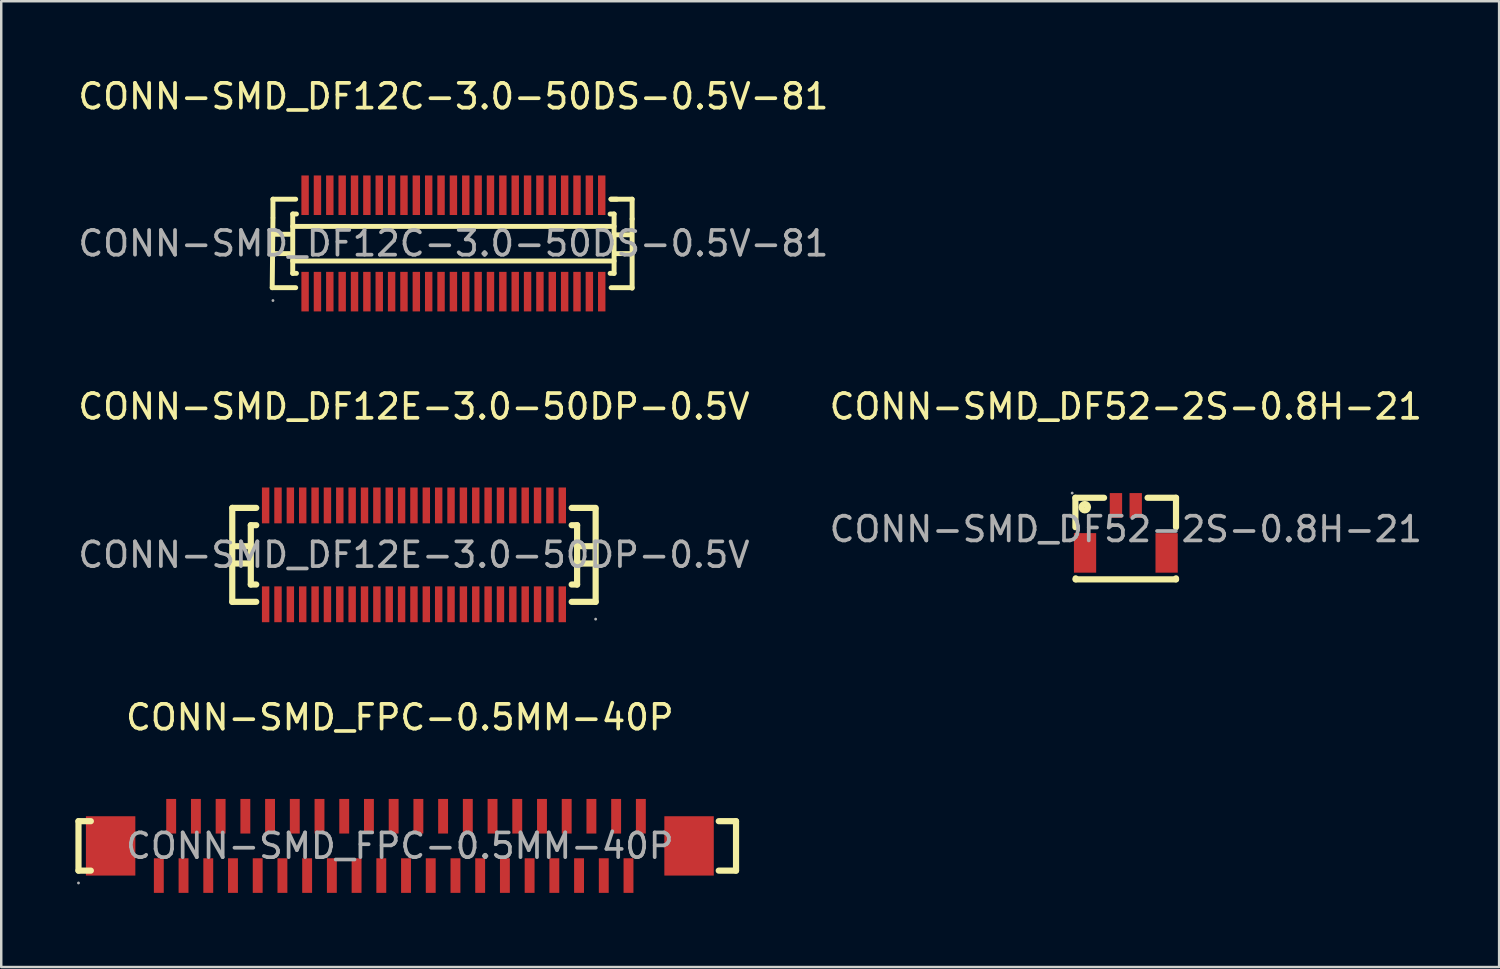
<source format=kicad_pcb>
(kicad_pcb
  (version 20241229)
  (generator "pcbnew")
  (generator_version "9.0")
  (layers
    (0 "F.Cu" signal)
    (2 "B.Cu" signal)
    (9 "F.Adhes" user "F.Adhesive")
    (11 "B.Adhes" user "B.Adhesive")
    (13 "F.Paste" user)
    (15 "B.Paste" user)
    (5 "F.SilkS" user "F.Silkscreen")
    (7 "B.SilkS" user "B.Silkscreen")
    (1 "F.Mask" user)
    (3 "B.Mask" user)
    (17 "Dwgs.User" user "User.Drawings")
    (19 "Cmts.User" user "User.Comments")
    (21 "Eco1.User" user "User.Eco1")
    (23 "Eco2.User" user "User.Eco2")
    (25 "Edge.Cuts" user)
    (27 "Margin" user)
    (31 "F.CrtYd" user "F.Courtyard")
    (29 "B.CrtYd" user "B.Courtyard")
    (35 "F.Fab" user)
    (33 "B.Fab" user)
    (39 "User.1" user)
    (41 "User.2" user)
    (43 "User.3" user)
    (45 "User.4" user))
  (footprint "CONN-SMD_FPC-0.5MM-40P"
    (layer "F.Cu")
    (at 13.125 31.17)
    (property "Reference" "CONN-SMD_FPC-0.5MM-40P" (at 0 -5.2 0) (layer "F.SilkS") (effects (font (size 1 1) (thickness 0.15))))
    (attr through_hole)
    (fp_line (start -13 -1) (end -13 1) (stroke (width 0.25) (type solid)) (layer "F.SilkS"))
    (fp_line (start -13 1) (end -12.5 1) (stroke (width 0.25) (type solid)) (layer "F.SilkS"))
    (fp_line (start -12.5 -1) (end -13 -1) (stroke (width 0.25) (type solid)) (layer "F.SilkS"))
    (fp_line (start 12.9 1) (end 13.6 1) (stroke (width 0.25) (type solid)) (layer "F.SilkS"))
    (fp_line (start 13.6 -1) (end 12.9 -1) (stroke (width 0.25) (type solid)) (layer "F.SilkS"))
    (fp_line (start 13.6 1) (end 13.6 -1) (stroke (width 0.25) (type solid)) (layer "F.SilkS"))
    (fp_circle (center -13 1.5) (end -12.97 1.5) (stroke (width 0.06) (type solid)) (fill no) (layer "F.Fab"))
    (fp_text user "${REFERENCE}" (at 0 0 0) (layer "F.Fab") (effects (font (size 1 1) (thickness 0.15))))
    (pad "1" smd rect (at -9.75 1.2) (size 0.4 1.4) (layers "F.Cu" "F.Mask" "F.Paste"))
    (pad "2" smd rect (at -9.25 -1.2) (size 0.4 1.4) (layers "F.Cu" "F.Mask" "F.Paste"))
    (pad "3" smd rect (at -8.75 1.2) (size 0.4 1.4) (layers "F.Cu" "F.Mask" "F.Paste"))
    (pad "4" smd rect (at -8.25 -1.2) (size 0.4 1.4) (layers "F.Cu" "F.Mask" "F.Paste"))
    (pad "5" smd rect (at -7.75 1.2) (size 0.4 1.4) (layers "F.Cu" "F.Mask" "F.Paste"))
    (pad "6" smd rect (at -7.25 -1.2) (size 0.4 1.4) (layers "F.Cu" "F.Mask" "F.Paste"))
    (pad "7" smd rect (at -6.75 1.2) (size 0.4 1.4) (layers "F.Cu" "F.Mask" "F.Paste"))
    (pad "8" smd rect (at -6.25 -1.2) (size 0.4 1.4) (layers "F.Cu" "F.Mask" "F.Paste"))
    (pad "9" smd rect (at -5.75 1.2) (size 0.4 1.4) (layers "F.Cu" "F.Mask" "F.Paste"))
    (pad "10" smd rect (at -5.25 -1.2) (size 0.4 1.4) (layers "F.Cu" "F.Mask" "F.Paste"))
    (pad "11" smd rect (at -4.75 1.2) (size 0.4 1.4) (layers "F.Cu" "F.Mask" "F.Paste"))
    (pad "12" smd rect (at -4.25 -1.2) (size 0.4 1.4) (layers "F.Cu" "F.Mask" "F.Paste"))
    (pad "13" smd rect (at -3.75 1.2) (size 0.4 1.4) (layers "F.Cu" "F.Mask" "F.Paste"))
    (pad "14" smd rect (at -3.25 -1.2) (size 0.4 1.4) (layers "F.Cu" "F.Mask" "F.Paste"))
    (pad "15" smd rect (at -2.75 1.2) (size 0.4 1.4) (layers "F.Cu" "F.Mask" "F.Paste"))
    (pad "16" smd rect (at -2.25 -1.2) (size 0.4 1.4) (layers "F.Cu" "F.Mask" "F.Paste"))
    (pad "17" smd rect (at -1.75 1.2) (size 0.4 1.4) (layers "F.Cu" "F.Mask" "F.Paste"))
    (pad "18" smd rect (at -1.25 -1.2) (size 0.4 1.4) (layers "F.Cu" "F.Mask" "F.Paste"))
    (pad "19" smd rect (at -0.75 1.2) (size 0.4 1.4) (layers "F.Cu" "F.Mask" "F.Paste"))
    (pad "20" smd rect (at -0.25 -1.2) (size 0.4 1.4) (layers "F.Cu" "F.Mask" "F.Paste"))
    (pad "21" smd rect (at 0.25 1.2) (size 0.4 1.4) (layers "F.Cu" "F.Mask" "F.Paste"))
    (pad "22" smd rect (at 0.75 -1.2) (size 0.4 1.4) (layers "F.Cu" "F.Mask" "F.Paste"))
    (pad "23" smd rect (at 1.25 1.2) (size 0.4 1.4) (layers "F.Cu" "F.Mask" "F.Paste"))
    (pad "24" smd rect (at 1.75 -1.2) (size 0.4 1.4) (layers "F.Cu" "F.Mask" "F.Paste"))
    (pad "25" smd rect (at 2.25 1.2) (size 0.4 1.4) (layers "F.Cu" "F.Mask" "F.Paste"))
    (pad "26" smd rect (at 2.75 -1.2) (size 0.4 1.4) (layers "F.Cu" "F.Mask" "F.Paste"))
    (pad "27" smd rect (at 3.25 1.2) (size 0.4 1.4) (layers "F.Cu" "F.Mask" "F.Paste"))
    (pad "28" smd rect (at 3.75 -1.2) (size 0.4 1.4) (layers "F.Cu" "F.Mask" "F.Paste"))
    (pad "29" smd rect (at 4.25 1.2) (size 0.4 1.4) (layers "F.Cu" "F.Mask" "F.Paste"))
    (pad "30" smd rect (at 4.75 -1.2) (size 0.4 1.4) (layers "F.Cu" "F.Mask" "F.Paste"))
    (pad "31" smd rect (at 5.25 1.2) (size 0.4 1.4) (layers "F.Cu" "F.Mask" "F.Paste"))
    (pad "32" smd rect (at 5.75 -1.2) (size 0.4 1.4) (layers "F.Cu" "F.Mask" "F.Paste"))
    (pad "33" smd rect (at 6.25 1.2) (size 0.4 1.4) (layers "F.Cu" "F.Mask" "F.Paste"))
    (pad "34" smd rect (at 6.75 -1.2) (size 0.4 1.4) (layers "F.Cu" "F.Mask" "F.Paste"))
    (pad "35" smd rect (at 7.25 1.2) (size 0.4 1.4) (layers "F.Cu" "F.Mask" "F.Paste"))
    (pad "36" smd rect (at 7.75 -1.2) (size 0.4 1.4) (layers "F.Cu" "F.Mask" "F.Paste"))
    (pad "37" smd rect (at 8.25 1.2) (size 0.4 1.4) (layers "F.Cu" "F.Mask" "F.Paste"))
    (pad "38" smd rect (at 8.75 -1.2) (size 0.4 1.4) (layers "F.Cu" "F.Mask" "F.Paste"))
    (pad "39" smd rect (at 9.25 1.2) (size 0.4 1.4) (layers "F.Cu" "F.Mask" "F.Paste"))
    (pad "40" smd rect (at 9.75 -1.2) (size 0.4 1.4) (layers "F.Cu" "F.Mask" "F.Paste"))
    (pad "41" smd rect (at 11.7 0) (size 2 2.4) (layers "F.Cu" "F.Mask" "F.Paste"))
    (pad "42" smd rect (at -11.7 0) (size 2 2.4) (layers "F.Cu" "F.Mask" "F.Paste")))
  (footprint "CONN-SMD_DF12C-3.0-50DS-0.5V-81"
    (layer "F.Cu")
    (at 15.292 6.798)
    (property "Reference" "CONN-SMD_DF12C-3.0-50DS-0.5V-81" (at 0 -5.95 0) (layer "F.SilkS") (effects (font (size 1 1) (thickness 0.15))))
    (attr through_hole)
    (fp_line (start -7.33 1.79) (end -7.3 -1.01) (stroke (width 0.2) (type solid)) (layer "F.SilkS"))
    (fp_line (start -7.33 1.79) (end -6.38 1.79) (stroke (width 0.2) (type solid)) (layer "F.SilkS"))
    (fp_line (start -7.3 -1.79) (end -7.3 -1.06) (stroke (width 0.2) (type solid)) (layer "F.SilkS"))
    (fp_line (start -6.63 -0.37) (end -7.22 -0.37) (stroke (width 0.2) (type solid)) (layer "F.SilkS"))
    (fp_line (start -6.63 0.41) (end -7.19 0.41) (stroke (width 0.2) (type solid)) (layer "F.SilkS"))
    (fp_line (start -6.5 -1.19) (end -6.35 -1.19) (stroke (width 0.2) (type solid)) (layer "F.SilkS"))
    (fp_line (start -6.5 -0.69) (end 6.5 -0.69) (stroke (width 0.2) (type solid)) (layer "F.SilkS"))
    (fp_line (start -6.5 0.71) (end 6.5 0.71) (stroke (width 0.2) (type solid)) (layer "F.SilkS"))
    (fp_line (start -6.5 1.21) (end -6.5 -1.19) (stroke (width 0.2) (type solid)) (layer "F.SilkS"))
    (fp_line (start -6.5 1.21) (end -6.35 1.21) (stroke (width 0.2) (type solid)) (layer "F.SilkS"))
    (fp_line (start -6.38 -1.79) (end -7.3 -1.79) (stroke (width 0.2) (type solid)) (layer "F.SilkS"))
    (fp_line (start 6.34 -1.19) (end 6.5 -1.19) (stroke (width 0.2) (type solid)) (layer "F.SilkS"))
    (fp_line (start 6.34 1.21) (end 6.5 1.21) (stroke (width 0.2) (type solid)) (layer "F.SilkS"))
    (fp_line (start 6.37 -1.79) (end 6.61 -1.79) (stroke (width 0.2) (type solid)) (layer "F.SilkS"))
    (fp_line (start 6.38 1.79) (end 7.23 1.79) (stroke (width 0.2) (type solid)) (layer "F.SilkS"))
    (fp_line (start 6.5 -1.19) (end 6.5 1.21) (stroke (width 0.2) (type solid)) (layer "F.SilkS"))
    (fp_line (start 6.57 -0.35) (end 7.14 -0.35) (stroke (width 0.2) (type solid)) (layer "F.SilkS"))
    (fp_line (start 6.57 0.41) (end 7.14 0.41) (stroke (width 0.2) (type solid)) (layer "F.SilkS"))
    (fp_line (start 7.23 -1.79) (end 6.38 -1.79) (stroke (width 0.2) (type solid)) (layer "F.SilkS"))
    (fp_line (start 7.23 -0.99) (end 7.23 -1.79) (stroke (width 0.2) (type solid)) (layer "F.SilkS"))
    (fp_line (start 7.23 1.81) (end 7.23 -0.99) (stroke (width 0.2) (type solid)) (layer "F.SilkS"))
    (fp_circle (center -7.3 2.31) (end -7.27 2.31) (stroke (width 0.06) (type solid)) (fill no) (layer "F.Fab"))
    (fp_text user "${REFERENCE}" (at 0 0 0) (layer "F.Fab") (effects (font (size 1 1) (thickness 0.15))))
    (pad "1" smd rect (at -6 1.95) (size 0.3 1.6) (layers "F.Cu" "F.Mask" "F.Paste"))
    (pad "2" smd rect (at -5.5 1.95) (size 0.3 1.6) (layers "F.Cu" "F.Mask" "F.Paste"))
    (pad "3" smd rect (at -5 1.95) (size 0.3 1.6) (layers "F.Cu" "F.Mask" "F.Paste"))
    (pad "4" smd rect (at -4.5 1.95) (size 0.3 1.6) (layers "F.Cu" "F.Mask" "F.Paste"))
    (pad "5" smd rect (at -4 1.95) (size 0.3 1.6) (layers "F.Cu" "F.Mask" "F.Paste"))
    (pad "6" smd rect (at -3.5 1.95) (size 0.3 1.6) (layers "F.Cu" "F.Mask" "F.Paste"))
    (pad "7" smd rect (at -3 1.95) (size 0.3 1.6) (layers "F.Cu" "F.Mask" "F.Paste"))
    (pad "8" smd rect (at -2.5 1.95) (size 0.3 1.6) (layers "F.Cu" "F.Mask" "F.Paste"))
    (pad "9" smd rect (at -2 1.95) (size 0.3 1.6) (layers "F.Cu" "F.Mask" "F.Paste"))
    (pad "10" smd rect (at -1.5 1.95) (size 0.3 1.6) (layers "F.Cu" "F.Mask" "F.Paste"))
    (pad "11" smd rect (at -1 1.95) (size 0.3 1.6) (layers "F.Cu" "F.Mask" "F.Paste"))
    (pad "12" smd rect (at -0.5 1.95) (size 0.3 1.6) (layers "F.Cu" "F.Mask" "F.Paste"))
    (pad "13" smd rect (at 0 1.95) (size 0.3 1.6) (layers "F.Cu" "F.Mask" "F.Paste"))
    (pad "14" smd rect (at 0.5 1.95) (size 0.3 1.6) (layers "F.Cu" "F.Mask" "F.Paste"))
    (pad "15" smd rect (at 1 1.95) (size 0.3 1.6) (layers "F.Cu" "F.Mask" "F.Paste"))
    (pad "16" smd rect (at 1.5 1.95) (size 0.3 1.6) (layers "F.Cu" "F.Mask" "F.Paste"))
    (pad "17" smd rect (at 2 1.95) (size 0.3 1.6) (layers "F.Cu" "F.Mask" "F.Paste"))
    (pad "18" smd rect (at 2.5 1.95) (size 0.3 1.6) (layers "F.Cu" "F.Mask" "F.Paste"))
    (pad "19" smd rect (at 3 1.95) (size 0.3 1.6) (layers "F.Cu" "F.Mask" "F.Paste"))
    (pad "20" smd rect (at 3.5 1.95) (size 0.3 1.6) (layers "F.Cu" "F.Mask" "F.Paste"))
    (pad "21" smd rect (at 4 1.95) (size 0.3 1.6) (layers "F.Cu" "F.Mask" "F.Paste"))
    (pad "22" smd rect (at 4.5 1.95) (size 0.3 1.6) (layers "F.Cu" "F.Mask" "F.Paste"))
    (pad "23" smd rect (at 5 1.95) (size 0.3 1.6) (layers "F.Cu" "F.Mask" "F.Paste"))
    (pad "24" smd rect (at 5.5 1.95) (size 0.3 1.6) (layers "F.Cu" "F.Mask" "F.Paste"))
    (pad "25" smd rect (at 6 1.95) (size 0.3 1.6) (layers "F.Cu" "F.Mask" "F.Paste"))
    (pad "26" smd rect (at 6 -1.95) (size 0.3 1.6) (layers "F.Cu" "F.Mask" "F.Paste"))
    (pad "27" smd rect (at 5.5 -1.95) (size 0.3 1.6) (layers "F.Cu" "F.Mask" "F.Paste"))
    (pad "28" smd rect (at 5 -1.95) (size 0.3 1.6) (layers "F.Cu" "F.Mask" "F.Paste"))
    (pad "29" smd rect (at 4.5 -1.95) (size 0.3 1.6) (layers "F.Cu" "F.Mask" "F.Paste"))
    (pad "30" smd rect (at 4 -1.95) (size 0.3 1.6) (layers "F.Cu" "F.Mask" "F.Paste"))
    (pad "31" smd rect (at 3.5 -1.95) (size 0.3 1.6) (layers "F.Cu" "F.Mask" "F.Paste"))
    (pad "32" smd rect (at 3 -1.95) (size 0.3 1.6) (layers "F.Cu" "F.Mask" "F.Paste"))
    (pad "33" smd rect (at 2.5 -1.95) (size 0.3 1.6) (layers "F.Cu" "F.Mask" "F.Paste"))
    (pad "34" smd rect (at 2 -1.95) (size 0.3 1.6) (layers "F.Cu" "F.Mask" "F.Paste"))
    (pad "35" smd rect (at 1.5 -1.95) (size 0.3 1.6) (layers "F.Cu" "F.Mask" "F.Paste"))
    (pad "36" smd rect (at 1 -1.95) (size 0.3 1.6) (layers "F.Cu" "F.Mask" "F.Paste"))
    (pad "37" smd rect (at 0.5 -1.95) (size 0.3 1.6) (layers "F.Cu" "F.Mask" "F.Paste"))
    (pad "38" smd rect (at 0 -1.95) (size 0.3 1.6) (layers "F.Cu" "F.Mask" "F.Paste"))
    (pad "39" smd rect (at -0.5 -1.95) (size 0.3 1.6) (layers "F.Cu" "F.Mask" "F.Paste"))
    (pad "40" smd rect (at -1 -1.95) (size 0.3 1.6) (layers "F.Cu" "F.Mask" "F.Paste"))
    (pad "41" smd rect (at -1.5 -1.95) (size 0.3 1.6) (layers "F.Cu" "F.Mask" "F.Paste"))
    (pad "42" smd rect (at -2 -1.95) (size 0.3 1.6) (layers "F.Cu" "F.Mask" "F.Paste"))
    (pad "43" smd rect (at -2.5 -1.95) (size 0.3 1.6) (layers "F.Cu" "F.Mask" "F.Paste"))
    (pad "44" smd rect (at -3 -1.95) (size 0.3 1.6) (layers "F.Cu" "F.Mask" "F.Paste"))
    (pad "45" smd rect (at -3.5 -1.95) (size 0.3 1.6) (layers "F.Cu" "F.Mask" "F.Paste"))
    (pad "46" smd rect (at -4 -1.95) (size 0.3 1.6) (layers "F.Cu" "F.Mask" "F.Paste"))
    (pad "47" smd rect (at -4.5 -1.95) (size 0.3 1.6) (layers "F.Cu" "F.Mask" "F.Paste"))
    (pad "48" smd rect (at -5 -1.95) (size 0.3 1.6) (layers "F.Cu" "F.Mask" "F.Paste"))
    (pad "49" smd rect (at -5.5 -1.95) (size 0.3 1.6) (layers "F.Cu" "F.Mask" "F.Paste"))
    (pad "50" smd rect (at -6 -1.95) (size 0.3 1.6) (layers "F.Cu" "F.Mask" "F.Paste")))
  (footprint "CONN-SMD_DF52-2S-0.8H-21"
    (layer "F.Cu")
    (at 42.494 18.357)
    (property "Reference" "CONN-SMD_DF52-2S-0.8H-21" (at 0 -4.96 0) (layer "F.SilkS") (effects (font (size 1 1) (thickness 0.15))))
    (attr through_hole)
    (fp_line (start -2.04 -1.27) (end -2.04 -0.08) (stroke (width 0.25) (type solid)) (layer "F.SilkS"))
    (fp_line (start -2.03 2.03) (end -2.03 1.99) (stroke (width 0.25) (type solid)) (layer "F.SilkS"))
    (fp_line (start -0.88 -1.27) (end -2.04 -1.27) (stroke (width 0.25) (type solid)) (layer "F.SilkS"))
    (fp_line (start 0.88 -1.27) (end 2.03 -1.27) (stroke (width 0.25) (type solid)) (layer "F.SilkS"))
    (fp_line (start 2.03 -1.27) (end 2.03 -0.08) (stroke (width 0.25) (type solid)) (layer "F.SilkS"))
    (fp_line (start 2.03 1.99) (end 2.03 2.03) (stroke (width 0.25) (type solid)) (layer "F.SilkS"))
    (fp_line (start 2.03 2.03) (end -2.03 2.03) (stroke (width 0.25) (type solid)) (layer "F.SilkS"))
    (fp_circle (center -1.66 -0.89) (end -1.53 -0.89) (stroke (width 0.25) (type solid)) (fill no) (layer "F.SilkS"))
    (fp_circle (center -2.17 -1.46) (end -2.14 -1.46) (stroke (width 0.06) (type solid)) (fill no) (layer "F.Fab"))
    (fp_text user "${REFERENCE}" (at 0 0 0) (layer "F.Fab") (effects (font (size 1 1) (thickness 0.15))))
    (pad "1" smd rect (at -0.4 -0.96) (size 0.5 1) (layers "F.Cu" "F.Mask" "F.Paste"))
    (pad "2" smd rect (at 0.4 -0.96) (size 0.5 1) (layers "F.Cu" "F.Mask" "F.Paste"))
    (pad "3" smd rect (at 1.65 0.96) (size 0.9 1.6) (layers "F.Cu" "F.Mask" "F.Paste"))
    (pad "4" smd rect (at -1.65 0.96) (size 0.9 1.6) (layers "F.Cu" "F.Mask" "F.Paste")))
  (footprint "CONN-SMD_DF12E-3.0-50DP-0.5V"
    (layer "F.Cu")
    (at 13.696 19.396)
    (property "Reference" "CONN-SMD_DF12E-3.0-50DP-0.5V" (at 0 -6 0) (layer "F.SilkS") (effects (font (size 1 1) (thickness 0.15))))
    (attr through_hole)
    (fp_line (start -7.35 -1.9) (end -7.35 1.9) (stroke (width 0.25) (type solid)) (layer "F.SilkS"))
    (fp_line (start -7.35 1.9) (end -6.38 1.9) (stroke (width 0.25) (type solid)) (layer "F.SilkS"))
    (fp_line (start -7.2 -0.35) (end -6.6 -0.35) (stroke (width 0.25) (type solid)) (layer "F.SilkS"))
    (fp_line (start -7.2 0.35) (end -6.75 0.35) (stroke (width 0.25) (type solid)) (layer "F.SilkS"))
    (fp_line (start -6.6 -1.2) (end -6.6 1.2) (stroke (width 0.25) (type solid)) (layer "F.SilkS"))
    (fp_line (start -6.6 -1.2) (end -6.38 -1.2) (stroke (width 0.25) (type solid)) (layer "F.SilkS"))
    (fp_line (start -6.6 1.2) (end -6.38 1.2) (stroke (width 0.25) (type solid)) (layer "F.SilkS"))
    (fp_line (start -6.38 -1.9) (end -7.35 -1.9) (stroke (width 0.25) (type solid)) (layer "F.SilkS"))
    (fp_line (start 6.38 -1.2) (end 6.6 -1.2) (stroke (width 0.25) (type solid)) (layer "F.SilkS"))
    (fp_line (start 6.38 1.2) (end 6.6 1.2) (stroke (width 0.25) (type solid)) (layer "F.SilkS"))
    (fp_line (start 6.38 1.9) (end 7.35 1.9) (stroke (width 0.25) (type solid)) (layer "F.SilkS"))
    (fp_line (start 6.6 -1.2) (end 6.6 1.2) (stroke (width 0.25) (type solid)) (layer "F.SilkS"))
    (fp_line (start 7.2 -0.35) (end 6.75 -0.35) (stroke (width 0.25) (type solid)) (layer "F.SilkS"))
    (fp_line (start 7.2 0.35) (end 6.6 0.35) (stroke (width 0.25) (type solid)) (layer "F.SilkS"))
    (fp_line (start 7.35 -1.9) (end 6.38 -1.9) (stroke (width 0.25) (type solid)) (layer "F.SilkS"))
    (fp_line (start 7.35 1.9) (end 7.35 -1.85) (stroke (width 0.25) (type solid)) (layer "F.SilkS"))
    (fp_circle (center 7.35 2.6) (end 7.38 2.6) (stroke (width 0.06) (type solid)) (fill no) (layer "F.Fab"))
    (fp_text user "${REFERENCE}" (at 0 0 0) (layer "F.Fab") (effects (font (size 1 1) (thickness 0.15))))
    (pad "1" smd rect (at 6 2) (size 0.3 1.45) (layers "F.Cu" "F.Mask" "F.Paste"))
    (pad "2" smd rect (at 5.5 2) (size 0.3 1.45) (layers "F.Cu" "F.Mask" "F.Paste"))
    (pad "3" smd rect (at 5 2) (size 0.3 1.45) (layers "F.Cu" "F.Mask" "F.Paste"))
    (pad "4" smd rect (at 4.5 2) (size 0.3 1.45) (layers "F.Cu" "F.Mask" "F.Paste"))
    (pad "5" smd rect (at 4 2) (size 0.3 1.45) (layers "F.Cu" "F.Mask" "F.Paste"))
    (pad "6" smd rect (at 3.5 2) (size 0.3 1.45) (layers "F.Cu" "F.Mask" "F.Paste"))
    (pad "7" smd rect (at 3 2) (size 0.3 1.45) (layers "F.Cu" "F.Mask" "F.Paste"))
    (pad "8" smd rect (at 2.5 2) (size 0.3 1.45) (layers "F.Cu" "F.Mask" "F.Paste"))
    (pad "9" smd rect (at 2 2) (size 0.3 1.45) (layers "F.Cu" "F.Mask" "F.Paste"))
    (pad "10" smd rect (at 1.5 2) (size 0.3 1.45) (layers "F.Cu" "F.Mask" "F.Paste"))
    (pad "11" smd rect (at 1 2) (size 0.3 1.45) (layers "F.Cu" "F.Mask" "F.Paste"))
    (pad "12" smd rect (at 0.5 2) (size 0.3 1.45) (layers "F.Cu" "F.Mask" "F.Paste"))
    (pad "13" smd rect (at 0 2) (size 0.3 1.45) (layers "F.Cu" "F.Mask" "F.Paste"))
    (pad "14" smd rect (at -0.5 2) (size 0.3 1.45) (layers "F.Cu" "F.Mask" "F.Paste"))
    (pad "15" smd rect (at -1 2) (size 0.3 1.45) (layers "F.Cu" "F.Mask" "F.Paste"))
    (pad "16" smd rect (at -1.5 2) (size 0.3 1.45) (layers "F.Cu" "F.Mask" "F.Paste"))
    (pad "17" smd rect (at -2 2) (size 0.3 1.45) (layers "F.Cu" "F.Mask" "F.Paste"))
    (pad "18" smd rect (at -2.5 2) (size 0.3 1.45) (layers "F.Cu" "F.Mask" "F.Paste"))
    (pad "19" smd rect (at -3 2) (size 0.3 1.45) (layers "F.Cu" "F.Mask" "F.Paste"))
    (pad "20" smd rect (at -3.5 2) (size 0.3 1.45) (layers "F.Cu" "F.Mask" "F.Paste"))
    (pad "21" smd rect (at -4 2) (size 0.3 1.45) (layers "F.Cu" "F.Mask" "F.Paste"))
    (pad "22" smd rect (at -4.5 2) (size 0.3 1.45) (layers "F.Cu" "F.Mask" "F.Paste"))
    (pad "23" smd rect (at -5 2) (size 0.3 1.45) (layers "F.Cu" "F.Mask" "F.Paste"))
    (pad "24" smd rect (at -5.5 2) (size 0.3 1.45) (layers "F.Cu" "F.Mask" "F.Paste"))
    (pad "25" smd rect (at -6 2) (size 0.3 1.45) (layers "F.Cu" "F.Mask" "F.Paste"))
    (pad "26" smd rect (at -6 -2) (size 0.3 1.45) (layers "F.Cu" "F.Mask" "F.Paste"))
    (pad "27" smd rect (at -5.5 -2) (size 0.3 1.45) (layers "F.Cu" "F.Mask" "F.Paste"))
    (pad "28" smd rect (at -5 -2) (size 0.3 1.45) (layers "F.Cu" "F.Mask" "F.Paste"))
    (pad "29" smd rect (at -4.5 -2) (size 0.3 1.45) (layers "F.Cu" "F.Mask" "F.Paste"))
    (pad "30" smd rect (at -4 -2) (size 0.3 1.45) (layers "F.Cu" "F.Mask" "F.Paste"))
    (pad "31" smd rect (at -3.5 -2) (size 0.3 1.45) (layers "F.Cu" "F.Mask" "F.Paste"))
    (pad "32" smd rect (at -3 -2) (size 0.3 1.45) (layers "F.Cu" "F.Mask" "F.Paste"))
    (pad "33" smd rect (at -2.5 -2) (size 0.3 1.45) (layers "F.Cu" "F.Mask" "F.Paste"))
    (pad "34" smd rect (at -2 -2) (size 0.3 1.45) (layers "F.Cu" "F.Mask" "F.Paste"))
    (pad "35" smd rect (at -1.5 -2) (size 0.3 1.45) (layers "F.Cu" "F.Mask" "F.Paste"))
    (pad "36" smd rect (at -1 -2) (size 0.3 1.45) (layers "F.Cu" "F.Mask" "F.Paste"))
    (pad "37" smd rect (at -0.5 -2) (size 0.3 1.45) (layers "F.Cu" "F.Mask" "F.Paste"))
    (pad "38" smd rect (at 0 -2) (size 0.3 1.45) (layers "F.Cu" "F.Mask" "F.Paste"))
    (pad "39" smd rect (at 0.5 -2) (size 0.3 1.45) (layers "F.Cu" "F.Mask" "F.Paste"))
    (pad "40" smd rect (at 1 -2) (size 0.3 1.45) (layers "F.Cu" "F.Mask" "F.Paste"))
    (pad "41" smd rect (at 1.5 -2) (size 0.3 1.45) (layers "F.Cu" "F.Mask" "F.Paste"))
    (pad "42" smd rect (at 2 -2) (size 0.3 1.45) (layers "F.Cu" "F.Mask" "F.Paste"))
    (pad "43" smd rect (at 2.5 -2) (size 0.3 1.45) (layers "F.Cu" "F.Mask" "F.Paste"))
    (pad "44" smd rect (at 3 -2) (size 0.3 1.45) (layers "F.Cu" "F.Mask" "F.Paste"))
    (pad "45" smd rect (at 3.5 -2) (size 0.3 1.45) (layers "F.Cu" "F.Mask" "F.Paste"))
    (pad "46" smd rect (at 4 -2) (size 0.3 1.45) (layers "F.Cu" "F.Mask" "F.Paste"))
    (pad "47" smd rect (at 4.5 -2) (size 0.3 1.45) (layers "F.Cu" "F.Mask" "F.Paste"))
    (pad "48" smd rect (at 5 -2) (size 0.3 1.45) (layers "F.Cu" "F.Mask" "F.Paste"))
    (pad "49" smd rect (at 5.5 -2) (size 0.3 1.45) (layers "F.Cu" "F.Mask" "F.Paste"))
    (pad "50" smd rect (at 6 -2) (size 0.3 1.45) (layers "F.Cu" "F.Mask" "F.Paste")))
  (gr_rect
    (start -3 -3)
    (end 57.595 36.07)
    (stroke (width 0.1) (type default))
    (fill no)
    (layer "Edge.Cuts")))
</source>
